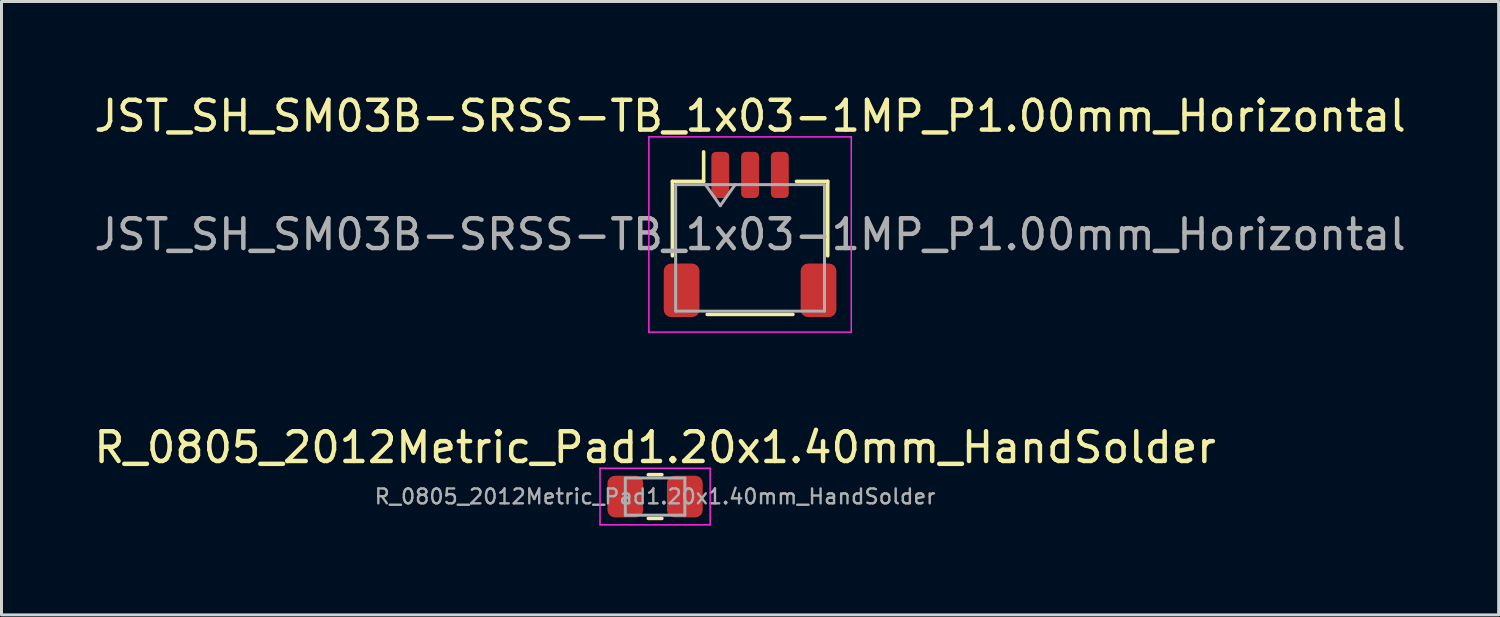
<source format=kicad_pcb>
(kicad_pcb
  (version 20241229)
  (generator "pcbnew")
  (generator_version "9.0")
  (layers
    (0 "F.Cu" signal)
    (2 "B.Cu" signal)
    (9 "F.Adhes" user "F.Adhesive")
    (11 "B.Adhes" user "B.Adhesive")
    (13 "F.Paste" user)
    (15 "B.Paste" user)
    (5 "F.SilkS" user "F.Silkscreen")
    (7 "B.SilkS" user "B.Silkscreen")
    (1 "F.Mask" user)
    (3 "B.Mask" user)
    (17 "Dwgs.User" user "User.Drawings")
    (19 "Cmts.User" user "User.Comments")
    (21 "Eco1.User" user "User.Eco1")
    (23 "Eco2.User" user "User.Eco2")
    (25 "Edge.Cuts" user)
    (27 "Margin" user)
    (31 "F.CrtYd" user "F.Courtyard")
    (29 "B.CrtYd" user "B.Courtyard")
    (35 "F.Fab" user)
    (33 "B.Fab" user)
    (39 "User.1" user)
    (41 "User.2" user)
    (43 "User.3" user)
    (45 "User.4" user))
  (footprint "R_0805_2012Metric_Pad1.20x1.40mm_HandSolder"
    (layer "F.Cu")
    (at 18.958 13.632)
    (property "Reference" "R_0805_2012Metric_Pad1.20x1.40mm_HandSolder" (at 0 -1.65 0) (layer "F.SilkS") (effects (font (size 1 1) (thickness 0.15))))
    (attr smd)
    (fp_line (start -0.227 -0.735) (end 0.227 -0.735) (stroke (width 0.12) (type solid)) (layer "F.SilkS"))
    (fp_line (start -0.227 0.735) (end 0.227 0.735) (stroke (width 0.12) (type solid)) (layer "F.SilkS"))
    (fp_line (start -1.85 -0.95) (end 1.85 -0.95) (stroke (width 0.05) (type solid)) (layer "F.CrtYd"))
    (fp_line (start -1.85 0.95) (end -1.85 -0.95) (stroke (width 0.05) (type solid)) (layer "F.CrtYd"))
    (fp_line (start 1.85 -0.95) (end 1.85 0.95) (stroke (width 0.05) (type solid)) (layer "F.CrtYd"))
    (fp_line (start 1.85 0.95) (end -1.85 0.95) (stroke (width 0.05) (type solid)) (layer "F.CrtYd"))
    (fp_line (start -1 -0.625) (end 1 -0.625) (stroke (width 0.1) (type solid)) (layer "F.Fab"))
    (fp_line (start -1 0.625) (end -1 -0.625) (stroke (width 0.1) (type solid)) (layer "F.Fab"))
    (fp_line (start 1 -0.625) (end 1 0.625) (stroke (width 0.1) (type solid)) (layer "F.Fab"))
    (fp_line (start 1 0.625) (end -1 0.625) (stroke (width 0.1) (type solid)) (layer "F.Fab"))
    (fp_text user "${REFERENCE}" (at 0 0 0) (layer "F.Fab") (effects (font (size 0.5 0.5) (thickness 0.08))))
    (pad "1" smd roundrect (at -1 0) (size 1.2 1.4) (layers "F.Cu" "F.Mask" "F.Paste") (roundrect_rratio 0.208))
    (pad "2" smd roundrect (at 1 0) (size 1.2 1.4) (layers "F.Cu" "F.Mask" "F.Paste") (roundrect_rratio 0.208)))
  (footprint "JST_SH_SM03B-SRSS-TB_1x03-1MP_P1.00mm_Horizontal"
    (layer "F.Cu")
    (at 22.149 4.828)
    (property "Reference" "JST_SH_SM03B-SRSS-TB_1x03-1MP_P1.00mm_Horizontal" (at 0 -3.98 0) (layer "F.SilkS") (effects (font (size 1 1) (thickness 0.15))))
    (attr smd)
    (fp_line (start -2.61 -1.785) (end -1.56 -1.785) (stroke (width 0.12) (type solid)) (layer "F.SilkS"))
    (fp_line (start -2.61 0.715) (end -2.61 -1.785) (stroke (width 0.12) (type solid)) (layer "F.SilkS"))
    (fp_line (start -1.56 -1.785) (end -1.56 -2.775) (stroke (width 0.12) (type solid)) (layer "F.SilkS"))
    (fp_line (start -1.44 2.685) (end 1.44 2.685) (stroke (width 0.12) (type solid)) (layer "F.SilkS"))
    (fp_line (start 2.61 -1.785) (end 1.56 -1.785) (stroke (width 0.12) (type solid)) (layer "F.SilkS"))
    (fp_line (start 2.61 0.715) (end 2.61 -1.785) (stroke (width 0.12) (type solid)) (layer "F.SilkS"))
    (fp_line (start -3.4 -3.28) (end -3.4 3.28) (stroke (width 0.05) (type solid)) (layer "F.CrtYd"))
    (fp_line (start -3.4 3.28) (end 3.4 3.28) (stroke (width 0.05) (type solid)) (layer "F.CrtYd"))
    (fp_line (start 3.4 -3.28) (end -3.4 -3.28) (stroke (width 0.05) (type solid)) (layer "F.CrtYd"))
    (fp_line (start 3.4 3.28) (end 3.4 -3.28) (stroke (width 0.05) (type solid)) (layer "F.CrtYd"))
    (fp_line (start -2.5 -1.675) (end -2.5 2.575) (stroke (width 0.1) (type solid)) (layer "F.Fab"))
    (fp_line (start -2.5 -1.675) (end 2.5 -1.675) (stroke (width 0.1) (type solid)) (layer "F.Fab"))
    (fp_line (start -2.5 2.575) (end 2.5 2.575) (stroke (width 0.1) (type solid)) (layer "F.Fab"))
    (fp_line (start -1.5 -1.675) (end -1 -0.968) (stroke (width 0.1) (type solid)) (layer "F.Fab"))
    (fp_line (start -1 -0.968) (end -0.5 -1.675) (stroke (width 0.1) (type solid)) (layer "F.Fab"))
    (fp_line (start 2.5 -1.675) (end 2.5 2.575) (stroke (width 0.1) (type solid)) (layer "F.Fab"))
    (fp_text user "${REFERENCE}" (at 0 0 0) (layer "F.Fab") (effects (font (size 1 1) (thickness 0.15))))
    (pad "1" smd roundrect (at -1 -2 180) (size 0.6 1.55) (layers "F.Cu" "F.Mask" "F.Paste") (roundrect_rratio 0.25))
    (pad "2" smd roundrect (at 0 -2 180) (size 0.6 1.55) (layers "F.Cu" "F.Mask" "F.Paste") (roundrect_rratio 0.25))
    (pad "3" smd roundrect (at 1 -2 180) (size 0.6 1.55) (layers "F.Cu" "F.Mask" "F.Paste") (roundrect_rratio 0.25))
    (pad "MP" smd roundrect (at -2.3 1.875 180) (size 1.2 1.8) (layers "F.Cu" "F.Mask" "F.Paste") (roundrect_rratio 0.208))
    (pad "MP" smd roundrect (at 2.3 1.875 180) (size 1.2 1.8) (layers "F.Cu" "F.Mask" "F.Paste") (roundrect_rratio 0.208)))
  (gr_rect
    (start -3 -3)
    (end 47.298 17.607)
    (stroke (width 0.1) (type default))
    (fill no)
    (layer "Edge.Cuts")))
</source>
